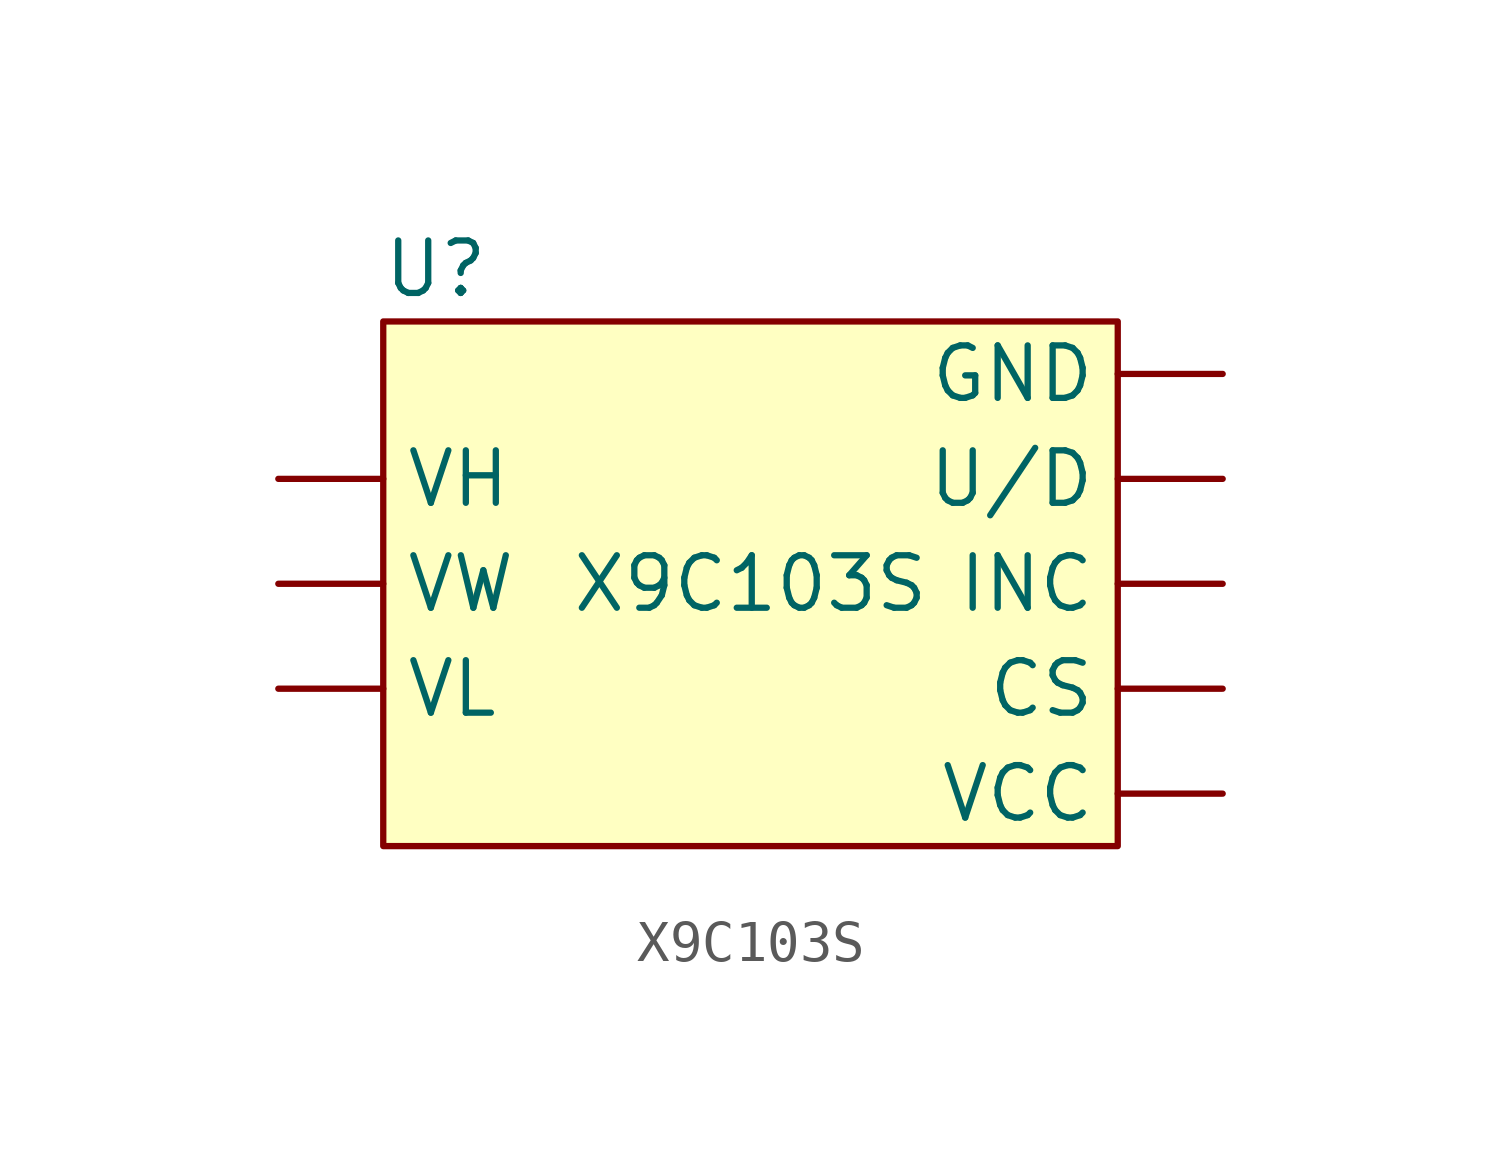
<source format=kicad_sym>
(kicad_symbol_lib
  (version 20211014)
  (generator kicad_symbol_editor)
  (symbol "X9C103S"
    (property "Reference" "U"
      (at -6.35 2.54 0)
      (effects (font (size 1.27 1.27))))
    (property "Value" "X9C103S"
      (at 1.27 -5.08 0)
      (effects (font (size 1.27 1.27))))
    (symbol "X9C103S_0_1"
      (rectangle (start -7.62 1.27) (end 10.16 -11.43) (stroke (width 0) (type default) (color 0 0 0 0)) (fill (type background))))
    (symbol "X9C103S_1_1"
      (pin input line (at 12.7 -7.62 180) (length 2.54) (name "CS" (effects (font (size 1.27 1.27)))) (number "" (effects (font (size 1.27 1.27)))))
      (pin power_in line (at 12.7 0 180) (length 2.54) (name "GND" (effects (font (size 1.27 1.27)))) (number "" (effects (font (size 1.27 1.27)))))
      (pin input line (at 12.7 -5.08 180) (length 2.54) (name "INC" (effects (font (size 1.27 1.27)))) (number "" (effects (font (size 1.27 1.27)))))
      (pin input line (at 12.7 -2.54 180) (length 2.54) (name "U/D" (effects (font (size 1.27 1.27)))) (number "" (effects (font (size 1.27 1.27)))))
      (pin power_in line (at 12.7 -10.16 180) (length 2.54) (name "VCC" (effects (font (size 1.27 1.27)))) (number "" (effects (font (size 1.27 1.27)))))
      (pin power_in line (at -10.16 -2.54 0) (length 2.54) (name "VH" (effects (font (size 1.27 1.27)))) (number "" (effects (font (size 1.27 1.27)))))
      (pin power_in line (at -10.16 -7.62 0) (length 2.54) (name "VL" (effects (font (size 1.27 1.27)))) (number "" (effects (font (size 1.27 1.27)))))
      (pin power_out line (at -10.16 -5.08 0) (length 2.54) (name "VW" (effects (font (size 1.27 1.27)))) (number "" (effects (font (size 1.27 1.27))))))))
</source>
